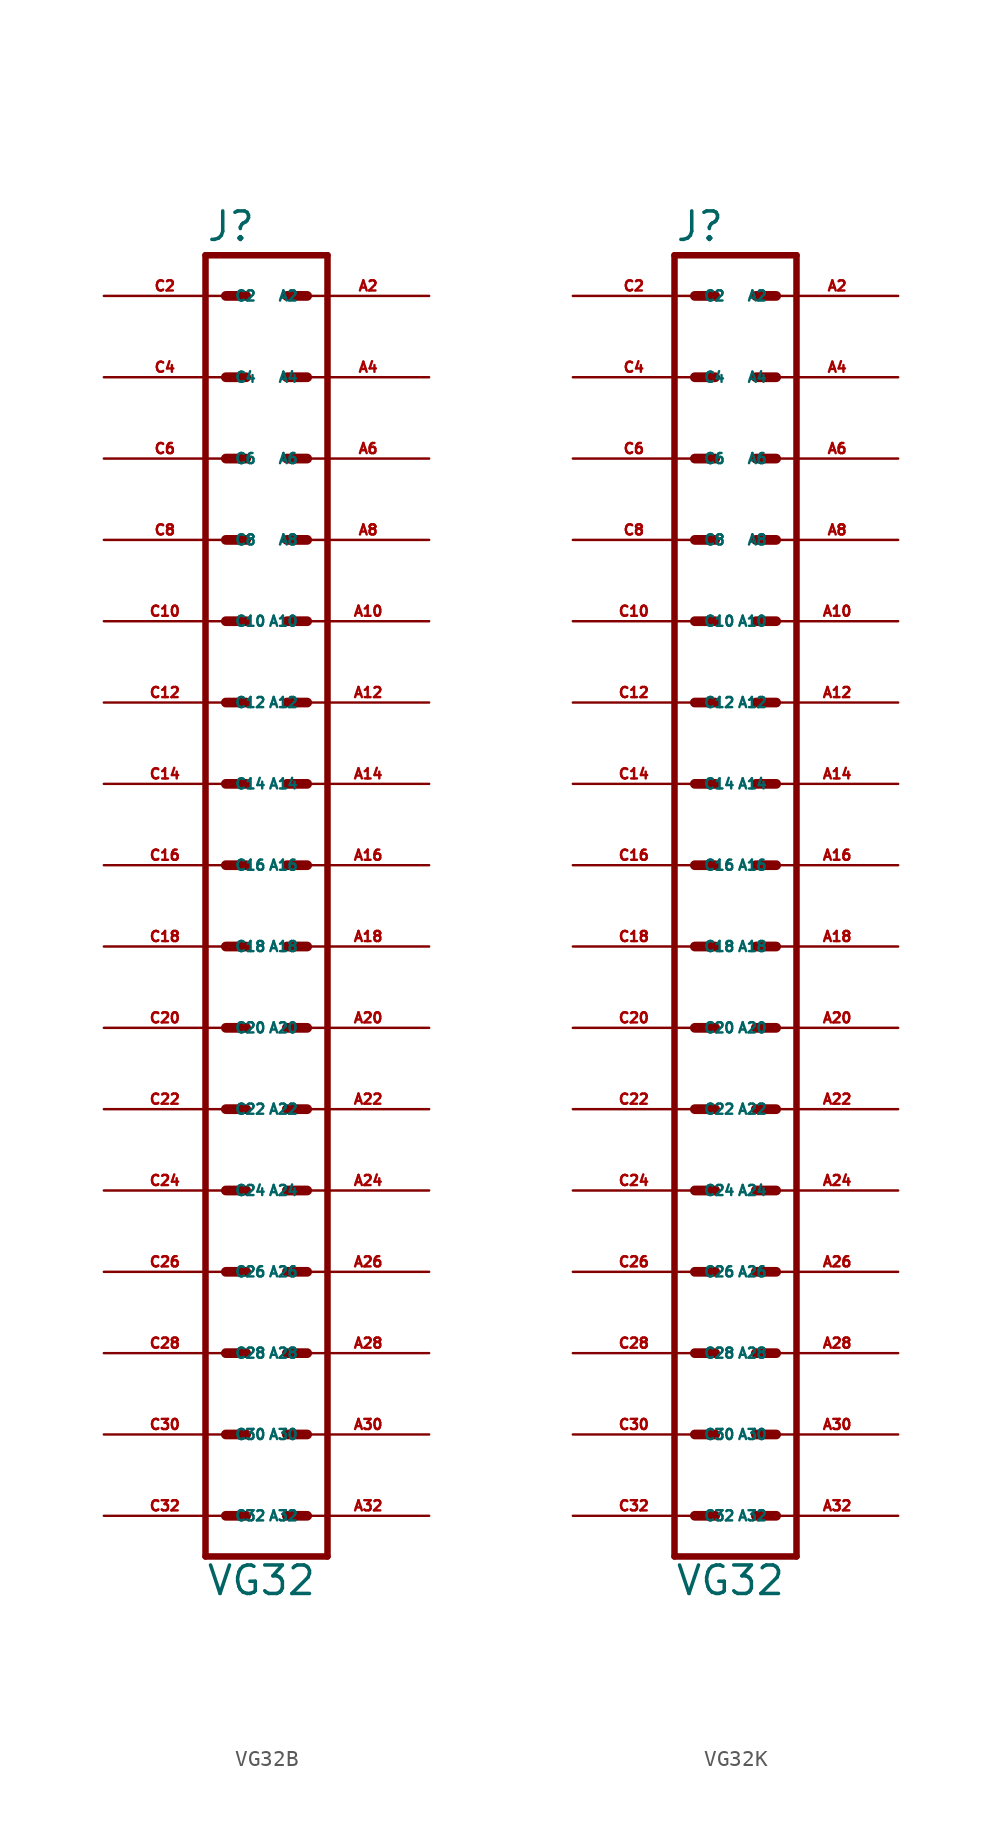
<source format=kicad_sym>
(kicad_symbol_lib
  (version 20220914)
  (generator Eagle2Kicad)
  (symbol "VG32B"
    (property "Reference" "J"
      (at -3.81 43.942 0)
      (effects (font (size 1.778 1.778) (thickness 0.22)) (justify left bottom)))
    (property "Value" "VG32"
      (at -3.81 -40.64 0)
      (effects (font (size 1.778 1.778) (thickness 0.22)) (justify left bottom)))
    (polyline
      (pts (xy 3.81 -38.1) (xy -3.81 -38.1))
      (stroke (width 0.406) (type default))
      (fill (type none)))
    (polyline
      (pts (xy -3.81 43.18) (xy -3.81 -38.1))
      (stroke (width 0.406) (type default))
      (fill (type none)))
    (polyline
      (pts (xy -3.81 43.18) (xy 3.81 43.18))
      (stroke (width 0.406) (type default))
      (fill (type none)))
    (polyline
      (pts (xy 3.81 -38.1) (xy 3.81 43.18))
      (stroke (width 0.406) (type default))
      (fill (type none)))
    (polyline
      (pts (xy -2.54 -35.56) (xy -1.27 -35.56))
      (stroke (width 0.61) (type default))
      (fill (type none)))
    (polyline
      (pts (xy -2.54 -30.48) (xy -1.27 -30.48))
      (stroke (width 0.61) (type default))
      (fill (type none)))
    (polyline
      (pts (xy -2.54 -25.4) (xy -1.27 -25.4))
      (stroke (width 0.61) (type default))
      (fill (type none)))
    (polyline
      (pts (xy -2.54 -20.32) (xy -1.27 -20.32))
      (stroke (width 0.61) (type default))
      (fill (type none)))
    (polyline
      (pts (xy -2.54 -15.24) (xy -1.27 -15.24))
      (stroke (width 0.61) (type default))
      (fill (type none)))
    (polyline
      (pts (xy -2.54 -10.16) (xy -1.27 -10.16))
      (stroke (width 0.61) (type default))
      (fill (type none)))
    (polyline
      (pts (xy -2.54 -5.08) (xy -1.27 -5.08))
      (stroke (width 0.61) (type default))
      (fill (type none)))
    (polyline
      (pts (xy -2.54 0) (xy -1.27 0))
      (stroke (width 0.61) (type default))
      (fill (type none)))
    (polyline
      (pts (xy -2.54 5.08) (xy -1.27 5.08))
      (stroke (width 0.61) (type default))
      (fill (type none)))
    (polyline
      (pts (xy -2.54 10.16) (xy -1.27 10.16))
      (stroke (width 0.61) (type default))
      (fill (type none)))
    (polyline
      (pts (xy -2.54 15.24) (xy -1.27 15.24))
      (stroke (width 0.61) (type default))
      (fill (type none)))
    (polyline
      (pts (xy -2.54 20.32) (xy -1.27 20.32))
      (stroke (width 0.61) (type default))
      (fill (type none)))
    (polyline
      (pts (xy -2.54 25.4) (xy -1.27 25.4))
      (stroke (width 0.61) (type default))
      (fill (type none)))
    (polyline
      (pts (xy -2.54 30.48) (xy -1.27 30.48))
      (stroke (width 0.61) (type default))
      (fill (type none)))
    (polyline
      (pts (xy -2.54 35.56) (xy -1.27 35.56))
      (stroke (width 0.61) (type default))
      (fill (type none)))
    (polyline
      (pts (xy -2.54 40.64) (xy -1.27 40.64))
      (stroke (width 0.61) (type default))
      (fill (type none)))
    (polyline
      (pts (xy 2.54 -35.56) (xy 1.27 -35.56))
      (stroke (width 0.61) (type default))
      (fill (type none)))
    (polyline
      (pts (xy 2.54 -30.48) (xy 1.27 -30.48))
      (stroke (width 0.61) (type default))
      (fill (type none)))
    (polyline
      (pts (xy 2.54 -25.4) (xy 1.27 -25.4))
      (stroke (width 0.61) (type default))
      (fill (type none)))
    (polyline
      (pts (xy 2.54 -20.32) (xy 1.27 -20.32))
      (stroke (width 0.61) (type default))
      (fill (type none)))
    (polyline
      (pts (xy 2.54 -15.24) (xy 1.27 -15.24))
      (stroke (width 0.61) (type default))
      (fill (type none)))
    (polyline
      (pts (xy 2.54 -10.16) (xy 1.27 -10.16))
      (stroke (width 0.61) (type default))
      (fill (type none)))
    (polyline
      (pts (xy 2.54 -5.08) (xy 1.27 -5.08))
      (stroke (width 0.61) (type default))
      (fill (type none)))
    (polyline
      (pts (xy 2.54 0) (xy 1.27 0))
      (stroke (width 0.61) (type default))
      (fill (type none)))
    (polyline
      (pts (xy 2.54 5.08) (xy 1.27 5.08))
      (stroke (width 0.61) (type default))
      (fill (type none)))
    (polyline
      (pts (xy 2.54 10.16) (xy 1.27 10.16))
      (stroke (width 0.61) (type default))
      (fill (type none)))
    (polyline
      (pts (xy 2.54 15.24) (xy 1.27 15.24))
      (stroke (width 0.61) (type default))
      (fill (type none)))
    (polyline
      (pts (xy 2.54 20.32) (xy 1.27 20.32))
      (stroke (width 0.61) (type default))
      (fill (type none)))
    (polyline
      (pts (xy 2.54 25.4) (xy 1.27 25.4))
      (stroke (width 0.61) (type default))
      (fill (type none)))
    (polyline
      (pts (xy 2.54 30.48) (xy 1.27 30.48))
      (stroke (width 0.61) (type default))
      (fill (type none)))
    (polyline
      (pts (xy 2.54 35.56) (xy 1.27 35.56))
      (stroke (width 0.61) (type default))
      (fill (type none)))
    (polyline
      (pts (xy 2.54 40.64) (xy 1.27 40.64))
      (stroke (width 0.61) (type default))
      (fill (type none)))
    (pin passive line
      (at 10.16 40.64 180)
      (length 7.62)
      (name "A2" (effects (font (size 0.635 0.635) (thickness 0.08)) (justify left bottom)))
      (number "A2" (effects (font (size 0.635 0.635) (thickness 0.08)) (justify left bottom))))
    (pin passive line
      (at 10.16 35.56 180)
      (length 7.62)
      (name "A4" (effects (font (size 0.635 0.635) (thickness 0.08)) (justify left bottom)))
      (number "A4" (effects (font (size 0.635 0.635) (thickness 0.08)) (justify left bottom))))
    (pin passive line
      (at 10.16 30.48 180)
      (length 7.62)
      (name "A6" (effects (font (size 0.635 0.635) (thickness 0.08)) (justify left bottom)))
      (number "A6" (effects (font (size 0.635 0.635) (thickness 0.08)) (justify left bottom))))
    (pin passive line
      (at 10.16 25.4 180)
      (length 7.62)
      (name "A8" (effects (font (size 0.635 0.635) (thickness 0.08)) (justify left bottom)))
      (number "A8" (effects (font (size 0.635 0.635) (thickness 0.08)) (justify left bottom))))
    (pin passive line
      (at 10.16 20.32 180)
      (length 7.62)
      (name "A10" (effects (font (size 0.635 0.635) (thickness 0.08)) (justify left bottom)))
      (number "A10" (effects (font (size 0.635 0.635) (thickness 0.08)) (justify left bottom))))
    (pin passive line
      (at 10.16 15.24 180)
      (length 7.62)
      (name "A12" (effects (font (size 0.635 0.635) (thickness 0.08)) (justify left bottom)))
      (number "A12" (effects (font (size 0.635 0.635) (thickness 0.08)) (justify left bottom))))
    (pin passive line
      (at 10.16 10.16 180)
      (length 7.62)
      (name "A14" (effects (font (size 0.635 0.635) (thickness 0.08)) (justify left bottom)))
      (number "A14" (effects (font (size 0.635 0.635) (thickness 0.08)) (justify left bottom))))
    (pin passive line
      (at 10.16 5.08 180)
      (length 7.62)
      (name "A16" (effects (font (size 0.635 0.635) (thickness 0.08)) (justify left bottom)))
      (number "A16" (effects (font (size 0.635 0.635) (thickness 0.08)) (justify left bottom))))
    (pin passive line
      (at 10.16 0 180)
      (length 7.62)
      (name "A18" (effects (font (size 0.635 0.635) (thickness 0.08)) (justify left bottom)))
      (number "A18" (effects (font (size 0.635 0.635) (thickness 0.08)) (justify left bottom))))
    (pin passive line
      (at 10.16 -5.08 180)
      (length 7.62)
      (name "A20" (effects (font (size 0.635 0.635) (thickness 0.08)) (justify left bottom)))
      (number "A20" (effects (font (size 0.635 0.635) (thickness 0.08)) (justify left bottom))))
    (pin passive line
      (at 10.16 -10.16 180)
      (length 7.62)
      (name "A22" (effects (font (size 0.635 0.635) (thickness 0.08)) (justify left bottom)))
      (number "A22" (effects (font (size 0.635 0.635) (thickness 0.08)) (justify left bottom))))
    (pin passive line
      (at 10.16 -15.24 180)
      (length 7.62)
      (name "A24" (effects (font (size 0.635 0.635) (thickness 0.08)) (justify left bottom)))
      (number "A24" (effects (font (size 0.635 0.635) (thickness 0.08)) (justify left bottom))))
    (pin passive line
      (at 10.16 -20.32 180)
      (length 7.62)
      (name "A26" (effects (font (size 0.635 0.635) (thickness 0.08)) (justify left bottom)))
      (number "A26" (effects (font (size 0.635 0.635) (thickness 0.08)) (justify left bottom))))
    (pin passive line
      (at 10.16 -25.4 180)
      (length 7.62)
      (name "A28" (effects (font (size 0.635 0.635) (thickness 0.08)) (justify left bottom)))
      (number "A28" (effects (font (size 0.635 0.635) (thickness 0.08)) (justify left bottom))))
    (pin passive line
      (at 10.16 -30.48 180)
      (length 7.62)
      (name "A30" (effects (font (size 0.635 0.635) (thickness 0.08)) (justify left bottom)))
      (number "A30" (effects (font (size 0.635 0.635) (thickness 0.08)) (justify left bottom))))
    (pin passive line
      (at 10.16 -35.56 180)
      (length 7.62)
      (name "A32" (effects (font (size 0.635 0.635) (thickness 0.08)) (justify left bottom)))
      (number "A32" (effects (font (size 0.635 0.635) (thickness 0.08)) (justify left bottom))))
    (pin passive line
      (at -10.16 40.64 0)
      (length 7.62)
      (name "C2" (effects (font (size 0.635 0.635) (thickness 0.08)) (justify left bottom)))
      (number "C2" (effects (font (size 0.635 0.635) (thickness 0.08)) (justify left bottom))))
    (pin passive line
      (at -10.16 35.56 0)
      (length 7.62)
      (name "C4" (effects (font (size 0.635 0.635) (thickness 0.08)) (justify left bottom)))
      (number "C4" (effects (font (size 0.635 0.635) (thickness 0.08)) (justify left bottom))))
    (pin passive line
      (at -10.16 30.48 0)
      (length 7.62)
      (name "C6" (effects (font (size 0.635 0.635) (thickness 0.08)) (justify left bottom)))
      (number "C6" (effects (font (size 0.635 0.635) (thickness 0.08)) (justify left bottom))))
    (pin passive line
      (at -10.16 25.4 0)
      (length 7.62)
      (name "C8" (effects (font (size 0.635 0.635) (thickness 0.08)) (justify left bottom)))
      (number "C8" (effects (font (size 0.635 0.635) (thickness 0.08)) (justify left bottom))))
    (pin passive line
      (at -10.16 20.32 0)
      (length 7.62)
      (name "C10" (effects (font (size 0.635 0.635) (thickness 0.08)) (justify left bottom)))
      (number "C10" (effects (font (size 0.635 0.635) (thickness 0.08)) (justify left bottom))))
    (pin passive line
      (at -10.16 15.24 0)
      (length 7.62)
      (name "C12" (effects (font (size 0.635 0.635) (thickness 0.08)) (justify left bottom)))
      (number "C12" (effects (font (size 0.635 0.635) (thickness 0.08)) (justify left bottom))))
    (pin passive line
      (at -10.16 10.16 0)
      (length 7.62)
      (name "C14" (effects (font (size 0.635 0.635) (thickness 0.08)) (justify left bottom)))
      (number "C14" (effects (font (size 0.635 0.635) (thickness 0.08)) (justify left bottom))))
    (pin passive line
      (at -10.16 5.08 0)
      (length 7.62)
      (name "C16" (effects (font (size 0.635 0.635) (thickness 0.08)) (justify left bottom)))
      (number "C16" (effects (font (size 0.635 0.635) (thickness 0.08)) (justify left bottom))))
    (pin passive line
      (at -10.16 0 0)
      (length 7.62)
      (name "C18" (effects (font (size 0.635 0.635) (thickness 0.08)) (justify left bottom)))
      (number "C18" (effects (font (size 0.635 0.635) (thickness 0.08)) (justify left bottom))))
    (pin passive line
      (at -10.16 -5.08 0)
      (length 7.62)
      (name "C20" (effects (font (size 0.635 0.635) (thickness 0.08)) (justify left bottom)))
      (number "C20" (effects (font (size 0.635 0.635) (thickness 0.08)) (justify left bottom))))
    (pin passive line
      (at -10.16 -10.16 0)
      (length 7.62)
      (name "C22" (effects (font (size 0.635 0.635) (thickness 0.08)) (justify left bottom)))
      (number "C22" (effects (font (size 0.635 0.635) (thickness 0.08)) (justify left bottom))))
    (pin passive line
      (at -10.16 -15.24 0)
      (length 7.62)
      (name "C24" (effects (font (size 0.635 0.635) (thickness 0.08)) (justify left bottom)))
      (number "C24" (effects (font (size 0.635 0.635) (thickness 0.08)) (justify left bottom))))
    (pin passive line
      (at -10.16 -20.32 0)
      (length 7.62)
      (name "C26" (effects (font (size 0.635 0.635) (thickness 0.08)) (justify left bottom)))
      (number "C26" (effects (font (size 0.635 0.635) (thickness 0.08)) (justify left bottom))))
    (pin passive line
      (at -10.16 -25.4 0)
      (length 7.62)
      (name "C28" (effects (font (size 0.635 0.635) (thickness 0.08)) (justify left bottom)))
      (number "C28" (effects (font (size 0.635 0.635) (thickness 0.08)) (justify left bottom))))
    (pin passive line
      (at -10.16 -30.48 0)
      (length 7.62)
      (name "C30" (effects (font (size 0.635 0.635) (thickness 0.08)) (justify left bottom)))
      (number "C30" (effects (font (size 0.635 0.635) (thickness 0.08)) (justify left bottom))))
    (pin passive line
      (at -10.16 -35.56 0)
      (length 7.62)
      (name "C32" (effects (font (size 0.635 0.635) (thickness 0.08)) (justify left bottom)))
      (number "C32" (effects (font (size 0.635 0.635) (thickness 0.08)) (justify left bottom)))))
  (symbol "VG32K"
    (property "Reference" "J"
      (at -3.81 43.942 0)
      (effects (font (size 1.778 1.778) (thickness 0.22)) (justify left bottom)))
    (property "Value" "VG32"
      (at -3.81 -40.64 0)
      (effects (font (size 1.778 1.778) (thickness 0.22)) (justify left bottom)))
    (polyline
      (pts (xy 3.81 -38.1) (xy -3.81 -38.1))
      (stroke (width 0.406) (type default))
      (fill (type none)))
    (polyline
      (pts (xy -3.81 43.18) (xy -3.81 -38.1))
      (stroke (width 0.406) (type default))
      (fill (type none)))
    (polyline
      (pts (xy -3.81 43.18) (xy 3.81 43.18))
      (stroke (width 0.406) (type default))
      (fill (type none)))
    (polyline
      (pts (xy 3.81 -38.1) (xy 3.81 43.18))
      (stroke (width 0.406) (type default))
      (fill (type none)))
    (polyline
      (pts (xy -2.54 -35.56) (xy -1.27 -35.56))
      (stroke (width 0.61) (type default))
      (fill (type none)))
    (polyline
      (pts (xy -2.54 -30.48) (xy -1.27 -30.48))
      (stroke (width 0.61) (type default))
      (fill (type none)))
    (polyline
      (pts (xy -2.54 -25.4) (xy -1.27 -25.4))
      (stroke (width 0.61) (type default))
      (fill (type none)))
    (polyline
      (pts (xy -2.54 -20.32) (xy -1.27 -20.32))
      (stroke (width 0.61) (type default))
      (fill (type none)))
    (polyline
      (pts (xy -2.54 -15.24) (xy -1.27 -15.24))
      (stroke (width 0.61) (type default))
      (fill (type none)))
    (polyline
      (pts (xy -2.54 -10.16) (xy -1.27 -10.16))
      (stroke (width 0.61) (type default))
      (fill (type none)))
    (polyline
      (pts (xy -2.54 -5.08) (xy -1.27 -5.08))
      (stroke (width 0.61) (type default))
      (fill (type none)))
    (polyline
      (pts (xy -2.54 0) (xy -1.27 0))
      (stroke (width 0.61) (type default))
      (fill (type none)))
    (polyline
      (pts (xy -2.54 5.08) (xy -1.27 5.08))
      (stroke (width 0.61) (type default))
      (fill (type none)))
    (polyline
      (pts (xy -2.54 10.16) (xy -1.27 10.16))
      (stroke (width 0.61) (type default))
      (fill (type none)))
    (polyline
      (pts (xy -2.54 15.24) (xy -1.27 15.24))
      (stroke (width 0.61) (type default))
      (fill (type none)))
    (polyline
      (pts (xy -2.54 20.32) (xy -1.27 20.32))
      (stroke (width 0.61) (type default))
      (fill (type none)))
    (polyline
      (pts (xy -2.54 25.4) (xy -1.27 25.4))
      (stroke (width 0.61) (type default))
      (fill (type none)))
    (polyline
      (pts (xy -2.54 30.48) (xy -1.27 30.48))
      (stroke (width 0.61) (type default))
      (fill (type none)))
    (polyline
      (pts (xy -2.54 35.56) (xy -1.27 35.56))
      (stroke (width 0.61) (type default))
      (fill (type none)))
    (polyline
      (pts (xy -2.54 40.64) (xy -1.27 40.64))
      (stroke (width 0.61) (type default))
      (fill (type none)))
    (polyline
      (pts (xy 2.54 -35.56) (xy 1.27 -35.56))
      (stroke (width 0.61) (type default))
      (fill (type none)))
    (polyline
      (pts (xy 2.54 -30.48) (xy 1.27 -30.48))
      (stroke (width 0.61) (type default))
      (fill (type none)))
    (polyline
      (pts (xy 2.54 -25.4) (xy 1.27 -25.4))
      (stroke (width 0.61) (type default))
      (fill (type none)))
    (polyline
      (pts (xy 2.54 -20.32) (xy 1.27 -20.32))
      (stroke (width 0.61) (type default))
      (fill (type none)))
    (polyline
      (pts (xy 2.54 -15.24) (xy 1.27 -15.24))
      (stroke (width 0.61) (type default))
      (fill (type none)))
    (polyline
      (pts (xy 2.54 -10.16) (xy 1.27 -10.16))
      (stroke (width 0.61) (type default))
      (fill (type none)))
    (polyline
      (pts (xy 2.54 -5.08) (xy 1.27 -5.08))
      (stroke (width 0.61) (type default))
      (fill (type none)))
    (polyline
      (pts (xy 2.54 0) (xy 1.27 0))
      (stroke (width 0.61) (type default))
      (fill (type none)))
    (polyline
      (pts (xy 2.54 5.08) (xy 1.27 5.08))
      (stroke (width 0.61) (type default))
      (fill (type none)))
    (polyline
      (pts (xy 2.54 10.16) (xy 1.27 10.16))
      (stroke (width 0.61) (type default))
      (fill (type none)))
    (polyline
      (pts (xy 2.54 15.24) (xy 1.27 15.24))
      (stroke (width 0.61) (type default))
      (fill (type none)))
    (polyline
      (pts (xy 2.54 20.32) (xy 1.27 20.32))
      (stroke (width 0.61) (type default))
      (fill (type none)))
    (polyline
      (pts (xy 2.54 25.4) (xy 1.27 25.4))
      (stroke (width 0.61) (type default))
      (fill (type none)))
    (polyline
      (pts (xy 2.54 30.48) (xy 1.27 30.48))
      (stroke (width 0.61) (type default))
      (fill (type none)))
    (polyline
      (pts (xy 2.54 35.56) (xy 1.27 35.56))
      (stroke (width 0.61) (type default))
      (fill (type none)))
    (polyline
      (pts (xy 2.54 40.64) (xy 1.27 40.64))
      (stroke (width 0.61) (type default))
      (fill (type none)))
    (pin passive line
      (at 10.16 40.64 180)
      (length 7.62)
      (name "A2" (effects (font (size 0.635 0.635) (thickness 0.08)) (justify left bottom)))
      (number "A2" (effects (font (size 0.635 0.635) (thickness 0.08)) (justify left bottom))))
    (pin passive line
      (at 10.16 35.56 180)
      (length 7.62)
      (name "A4" (effects (font (size 0.635 0.635) (thickness 0.08)) (justify left bottom)))
      (number "A4" (effects (font (size 0.635 0.635) (thickness 0.08)) (justify left bottom))))
    (pin passive line
      (at 10.16 30.48 180)
      (length 7.62)
      (name "A6" (effects (font (size 0.635 0.635) (thickness 0.08)) (justify left bottom)))
      (number "A6" (effects (font (size 0.635 0.635) (thickness 0.08)) (justify left bottom))))
    (pin passive line
      (at 10.16 25.4 180)
      (length 7.62)
      (name "A8" (effects (font (size 0.635 0.635) (thickness 0.08)) (justify left bottom)))
      (number "A8" (effects (font (size 0.635 0.635) (thickness 0.08)) (justify left bottom))))
    (pin passive line
      (at 10.16 20.32 180)
      (length 7.62)
      (name "A10" (effects (font (size 0.635 0.635) (thickness 0.08)) (justify left bottom)))
      (number "A10" (effects (font (size 0.635 0.635) (thickness 0.08)) (justify left bottom))))
    (pin passive line
      (at 10.16 15.24 180)
      (length 7.62)
      (name "A12" (effects (font (size 0.635 0.635) (thickness 0.08)) (justify left bottom)))
      (number "A12" (effects (font (size 0.635 0.635) (thickness 0.08)) (justify left bottom))))
    (pin passive line
      (at 10.16 10.16 180)
      (length 7.62)
      (name "A14" (effects (font (size 0.635 0.635) (thickness 0.08)) (justify left bottom)))
      (number "A14" (effects (font (size 0.635 0.635) (thickness 0.08)) (justify left bottom))))
    (pin passive line
      (at 10.16 5.08 180)
      (length 7.62)
      (name "A16" (effects (font (size 0.635 0.635) (thickness 0.08)) (justify left bottom)))
      (number "A16" (effects (font (size 0.635 0.635) (thickness 0.08)) (justify left bottom))))
    (pin passive line
      (at 10.16 0 180)
      (length 7.62)
      (name "A18" (effects (font (size 0.635 0.635) (thickness 0.08)) (justify left bottom)))
      (number "A18" (effects (font (size 0.635 0.635) (thickness 0.08)) (justify left bottom))))
    (pin passive line
      (at 10.16 -5.08 180)
      (length 7.62)
      (name "A20" (effects (font (size 0.635 0.635) (thickness 0.08)) (justify left bottom)))
      (number "A20" (effects (font (size 0.635 0.635) (thickness 0.08)) (justify left bottom))))
    (pin passive line
      (at 10.16 -10.16 180)
      (length 7.62)
      (name "A22" (effects (font (size 0.635 0.635) (thickness 0.08)) (justify left bottom)))
      (number "A22" (effects (font (size 0.635 0.635) (thickness 0.08)) (justify left bottom))))
    (pin passive line
      (at 10.16 -15.24 180)
      (length 7.62)
      (name "A24" (effects (font (size 0.635 0.635) (thickness 0.08)) (justify left bottom)))
      (number "A24" (effects (font (size 0.635 0.635) (thickness 0.08)) (justify left bottom))))
    (pin passive line
      (at 10.16 -20.32 180)
      (length 7.62)
      (name "A26" (effects (font (size 0.635 0.635) (thickness 0.08)) (justify left bottom)))
      (number "A26" (effects (font (size 0.635 0.635) (thickness 0.08)) (justify left bottom))))
    (pin passive line
      (at 10.16 -25.4 180)
      (length 7.62)
      (name "A28" (effects (font (size 0.635 0.635) (thickness 0.08)) (justify left bottom)))
      (number "A28" (effects (font (size 0.635 0.635) (thickness 0.08)) (justify left bottom))))
    (pin passive line
      (at 10.16 -30.48 180)
      (length 7.62)
      (name "A30" (effects (font (size 0.635 0.635) (thickness 0.08)) (justify left bottom)))
      (number "A30" (effects (font (size 0.635 0.635) (thickness 0.08)) (justify left bottom))))
    (pin passive line
      (at 10.16 -35.56 180)
      (length 7.62)
      (name "A32" (effects (font (size 0.635 0.635) (thickness 0.08)) (justify left bottom)))
      (number "A32" (effects (font (size 0.635 0.635) (thickness 0.08)) (justify left bottom))))
    (pin passive line
      (at -10.16 40.64 0)
      (length 7.62)
      (name "C2" (effects (font (size 0.635 0.635) (thickness 0.08)) (justify left bottom)))
      (number "C2" (effects (font (size 0.635 0.635) (thickness 0.08)) (justify left bottom))))
    (pin passive line
      (at -10.16 35.56 0)
      (length 7.62)
      (name "C4" (effects (font (size 0.635 0.635) (thickness 0.08)) (justify left bottom)))
      (number "C4" (effects (font (size 0.635 0.635) (thickness 0.08)) (justify left bottom))))
    (pin passive line
      (at -10.16 30.48 0)
      (length 7.62)
      (name "C6" (effects (font (size 0.635 0.635) (thickness 0.08)) (justify left bottom)))
      (number "C6" (effects (font (size 0.635 0.635) (thickness 0.08)) (justify left bottom))))
    (pin passive line
      (at -10.16 25.4 0)
      (length 7.62)
      (name "C8" (effects (font (size 0.635 0.635) (thickness 0.08)) (justify left bottom)))
      (number "C8" (effects (font (size 0.635 0.635) (thickness 0.08)) (justify left bottom))))
    (pin passive line
      (at -10.16 20.32 0)
      (length 7.62)
      (name "C10" (effects (font (size 0.635 0.635) (thickness 0.08)) (justify left bottom)))
      (number "C10" (effects (font (size 0.635 0.635) (thickness 0.08)) (justify left bottom))))
    (pin passive line
      (at -10.16 15.24 0)
      (length 7.62)
      (name "C12" (effects (font (size 0.635 0.635) (thickness 0.08)) (justify left bottom)))
      (number "C12" (effects (font (size 0.635 0.635) (thickness 0.08)) (justify left bottom))))
    (pin passive line
      (at -10.16 10.16 0)
      (length 7.62)
      (name "C14" (effects (font (size 0.635 0.635) (thickness 0.08)) (justify left bottom)))
      (number "C14" (effects (font (size 0.635 0.635) (thickness 0.08)) (justify left bottom))))
    (pin passive line
      (at -10.16 5.08 0)
      (length 7.62)
      (name "C16" (effects (font (size 0.635 0.635) (thickness 0.08)) (justify left bottom)))
      (number "C16" (effects (font (size 0.635 0.635) (thickness 0.08)) (justify left bottom))))
    (pin passive line
      (at -10.16 0 0)
      (length 7.62)
      (name "C18" (effects (font (size 0.635 0.635) (thickness 0.08)) (justify left bottom)))
      (number "C18" (effects (font (size 0.635 0.635) (thickness 0.08)) (justify left bottom))))
    (pin passive line
      (at -10.16 -5.08 0)
      (length 7.62)
      (name "C20" (effects (font (size 0.635 0.635) (thickness 0.08)) (justify left bottom)))
      (number "C20" (effects (font (size 0.635 0.635) (thickness 0.08)) (justify left bottom))))
    (pin passive line
      (at -10.16 -10.16 0)
      (length 7.62)
      (name "C22" (effects (font (size 0.635 0.635) (thickness 0.08)) (justify left bottom)))
      (number "C22" (effects (font (size 0.635 0.635) (thickness 0.08)) (justify left bottom))))
    (pin passive line
      (at -10.16 -15.24 0)
      (length 7.62)
      (name "C24" (effects (font (size 0.635 0.635) (thickness 0.08)) (justify left bottom)))
      (number "C24" (effects (font (size 0.635 0.635) (thickness 0.08)) (justify left bottom))))
    (pin passive line
      (at -10.16 -20.32 0)
      (length 7.62)
      (name "C26" (effects (font (size 0.635 0.635) (thickness 0.08)) (justify left bottom)))
      (number "C26" (effects (font (size 0.635 0.635) (thickness 0.08)) (justify left bottom))))
    (pin passive line
      (at -10.16 -25.4 0)
      (length 7.62)
      (name "C28" (effects (font (size 0.635 0.635) (thickness 0.08)) (justify left bottom)))
      (number "C28" (effects (font (size 0.635 0.635) (thickness 0.08)) (justify left bottom))))
    (pin passive line
      (at -10.16 -30.48 0)
      (length 7.62)
      (name "C30" (effects (font (size 0.635 0.635) (thickness 0.08)) (justify left bottom)))
      (number "C30" (effects (font (size 0.635 0.635) (thickness 0.08)) (justify left bottom))))
    (pin passive line
      (at -10.16 -35.56 0)
      (length 7.62)
      (name "C32" (effects (font (size 0.635 0.635) (thickness 0.08)) (justify left bottom)))
      (number "C32" (effects (font (size 0.635 0.635) (thickness 0.08)) (justify left bottom))))))
</source>
